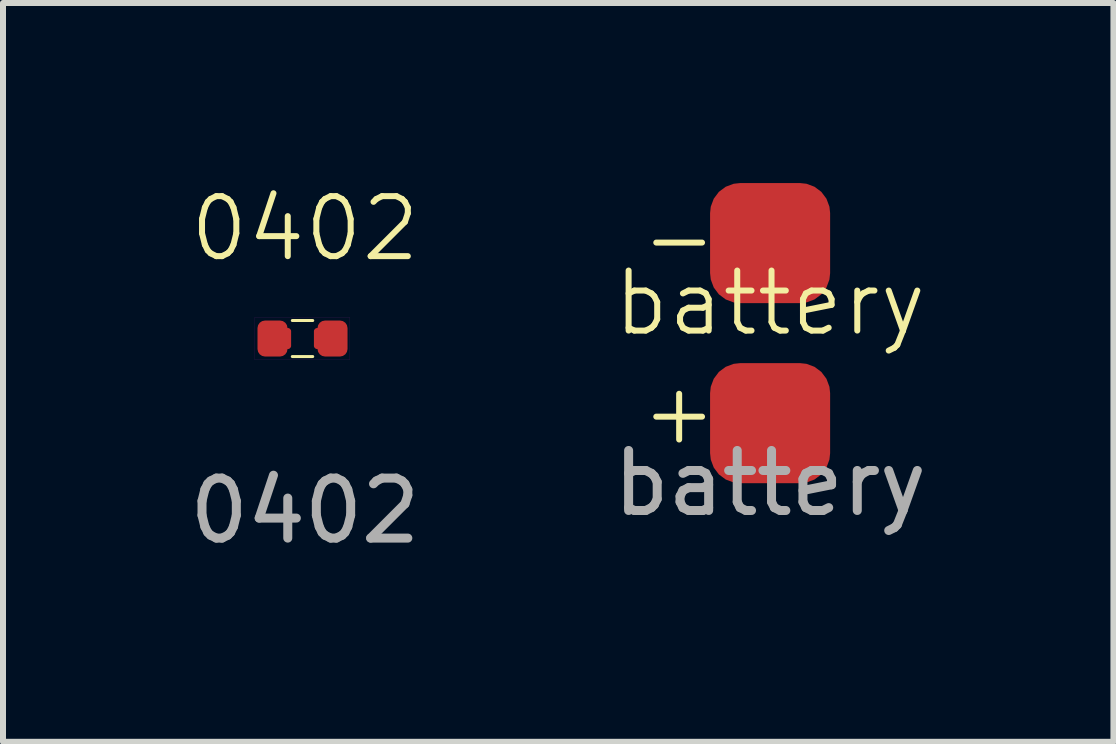
<source format=kicad_pcb>
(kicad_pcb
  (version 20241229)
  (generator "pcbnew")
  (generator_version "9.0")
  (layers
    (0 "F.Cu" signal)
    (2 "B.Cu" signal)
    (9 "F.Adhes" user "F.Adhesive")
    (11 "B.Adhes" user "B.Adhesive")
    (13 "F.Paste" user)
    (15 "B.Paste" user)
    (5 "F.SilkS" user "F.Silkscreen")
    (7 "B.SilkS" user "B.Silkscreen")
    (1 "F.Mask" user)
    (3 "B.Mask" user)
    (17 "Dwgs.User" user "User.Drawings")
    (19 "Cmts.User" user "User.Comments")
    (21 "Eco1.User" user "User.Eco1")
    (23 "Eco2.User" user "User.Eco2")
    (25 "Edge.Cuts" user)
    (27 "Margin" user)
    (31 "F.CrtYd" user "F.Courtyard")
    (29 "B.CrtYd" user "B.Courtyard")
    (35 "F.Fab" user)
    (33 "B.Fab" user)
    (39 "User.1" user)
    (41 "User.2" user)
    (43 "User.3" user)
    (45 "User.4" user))
  (footprint "0402"
    (layer "F.Cu")
    (at 1.99 2.59)
    (property "Reference" "0402" (at 0.04 -1.83 0) (unlocked yes) (layer "F.SilkS") (effects (font (size 1 1) (thickness 0.1))))
    (attr smd)
    (fp_line (start -0.17 -0.3) (end 0.17 -0.3) (stroke (width 0.05) (type default)) (layer "F.SilkS"))
    (fp_line (start -0.17 0.3) (end 0.17 0.3) (stroke (width 0.05) (type default)) (layer "F.SilkS"))
    (fp_rect (start -0.8 -0.35) (end 0.79 0.35) (stroke (width 0.001) (type default)) (fill no) (layer "F.CrtYd"))
    (fp_rect (start -0.254 -0.127) (end 0.254 0.127) (stroke (width 0.1) (type solid)) (fill no) (layer "User.1"))
    (fp_rect (start -0.508 -0.254) (end 0.508 0.254) (stroke (width 0.1) (type solid)) (fill no) (layer "User.2"))
    (fp_line (start -0.5 0) (end 0.5 0) (stroke (width 0.1) (type default)) (layer "User.3"))
    (fp_text user "${REFERENCE}" (at 0.04 2.87 0) (unlocked yes) (layer "F.Fab") (effects (font (size 1 1) (thickness 0.15))))
    (pad "1" smd custom (at -0.5 0 90) (size 0.5 0.5) (layers "F.Cu" "F.Mask" "F.Paste") (options (anchor circle)) (primitives (gr_poly (pts (xy -0.3 -0.125) (xy -0.29 -0.173) (xy -0.263 -0.213) (xy -0.223 -0.24) (xy -0.175 -0.25) (xy 0.175 -0.25) (xy 0.223 -0.24) (xy 0.263 -0.213) (xy 0.29 -0.173) (xy 0.3 -0.125) (xy 0.3 0.125) (xy 0.29 0.173) (xy 0.263 0.213) (xy 0.223 0.24) (xy 0.175 0.25) (xy -0.175 0.25) (xy -0.223 0.24) (xy -0.263 0.213) (xy -0.29 0.173) (xy -0.3 0.125)) (width 0) (fill yes)) (gr_rect (start -0.125 0.09) (end 0.125 0.26) (width 0.1) (fill yes))))
    (pad "2" smd custom (at 0.5 0 270) (size 0.5 0.5) (layers "F.Cu" "F.Mask" "F.Paste") (options (anchor circle)) (primitives (gr_poly (pts (xy -0.3 -0.125) (xy -0.29 -0.173) (xy -0.263 -0.213) (xy -0.223 -0.24) (xy -0.175 -0.25) (xy 0.175 -0.25) (xy 0.223 -0.24) (xy 0.263 -0.213) (xy 0.29 -0.173) (xy 0.3 -0.125) (xy 0.3 0.125) (xy 0.29 0.173) (xy 0.263 0.213) (xy 0.223 0.24) (xy 0.175 0.25) (xy -0.175 0.25) (xy -0.223 0.24) (xy -0.263 0.213) (xy -0.29 0.173) (xy -0.3 0.125)) (width 0) (fill yes)) (gr_rect (start -0.125 0.09) (end 0.125 0.26) (width 0.1) (fill yes)))))
  (footprint "battery"
    (layer "F.Cu")
    (at 9.78 2.5)
    (property "Reference" "battery" (at 0 -0.5 0) (unlocked yes) (layer "F.SilkS") (effects (font (size 1 1) (thickness 0.1))))
    (attr smd)
    (fp_text user "-" (at -2.2 -1 0) (unlocked yes) (layer "F.SilkS") (effects (font (size 1 1) (thickness 0.1)) (justify left bottom)))
    (fp_text user "+" (at -2.2 1.9 0) (unlocked yes) (layer "F.SilkS") (effects (font (size 1 1) (thickness 0.1)) (justify left bottom)))
    (fp_text user "${REFERENCE}" (at 0 2.5 0) (unlocked yes) (layer "F.Fab") (effects (font (size 1 1) (thickness 0.15))))
    (pad "1" smd roundrect (at 0 1.5) (size 2 2) (layers "F.Cu" "F.Mask" "F.Paste") (roundrect_rratio 0.25))
    (pad "2" smd roundrect (at 0 -1.5) (size 2 2) (layers "F.Cu" "F.Mask" "F.Paste") (roundrect_rratio 0.25)))
  (gr_rect
    (start -3 -3)
    (end 15.5 9.309)
    (stroke (width 0.1) (type default))
    (fill no)
    (layer "Edge.Cuts")))
</source>
